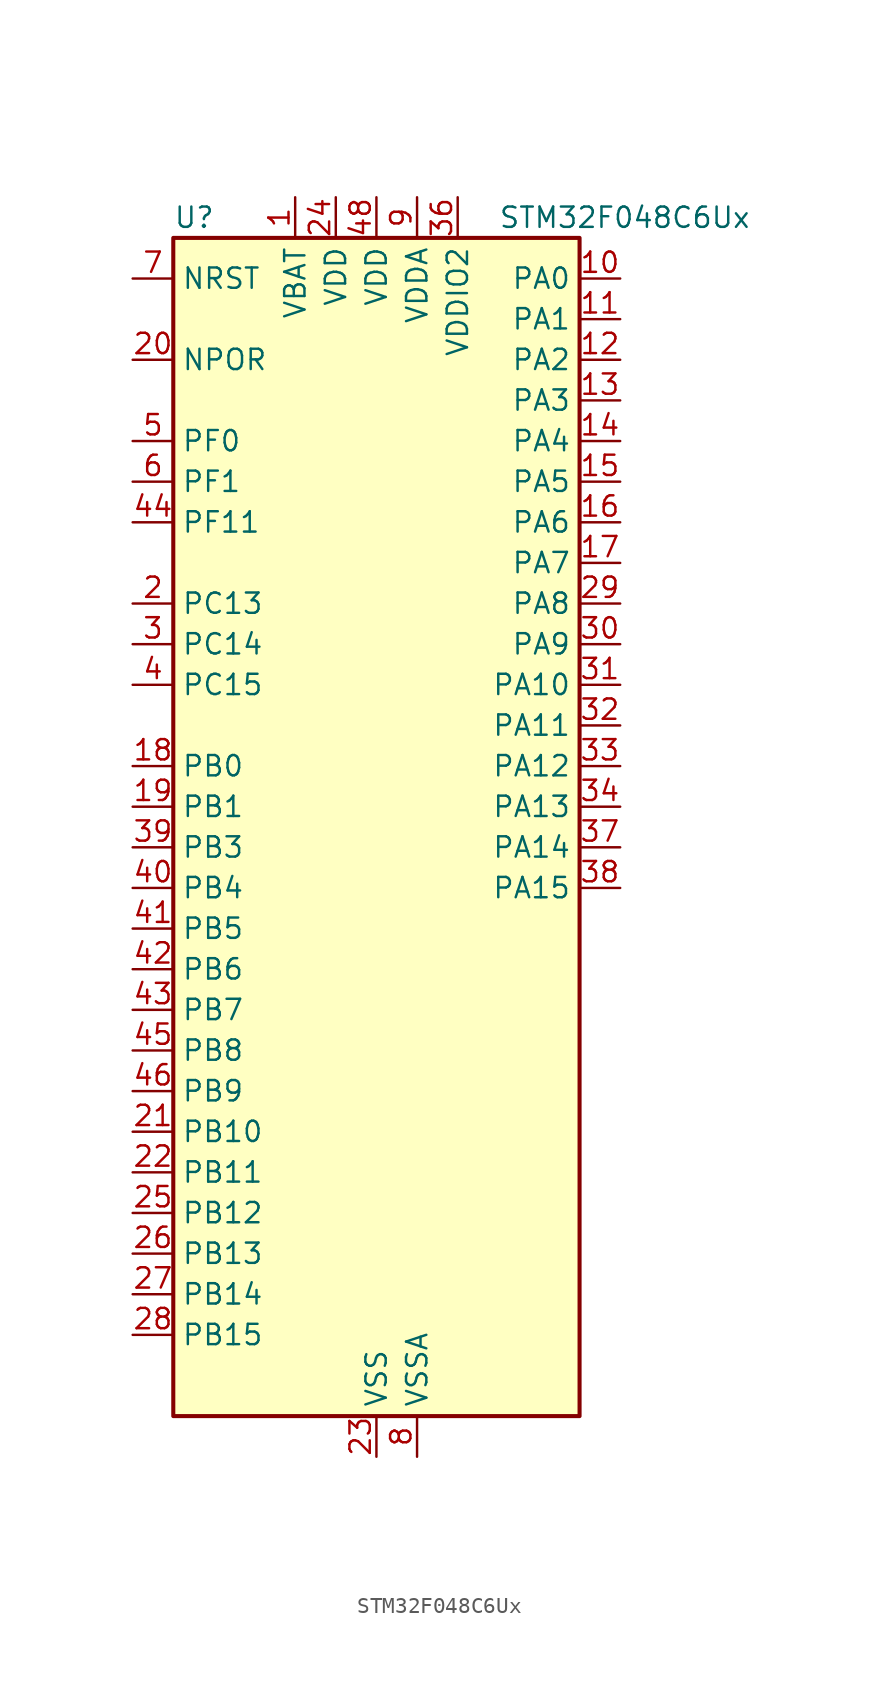
<source format=kicad_sym>
(kicad_symbol_lib
  (version 20220914)
  (generator kicad_symbol_editor)
  (symbol "STM32F048C6Ux"
    (property "Reference" "U"
      (at -12.7 39.37 0)
      (effects (font (size 1.27 1.27)) (justify left)))
    (property "Value" "STM32F048C6Ux"
      (at 7.62 39.37 0)
      (effects (font (size 1.27 1.27)) (justify left)))
    (property "ki_locked" ""
      (at 0 0 0)
      (effects (font (size 1.27 1.27))))
    (symbol "STM32F048C6Ux_0_1"
      (rectangle (start -12.7 -35.56) (end 12.7 38.1) (stroke (width 0.254) (type default)) (fill (type background))))
    (symbol "STM32F048C6Ux_1_1"
      (pin power_in line (at -5.08 40.64 270) (length 2.54) (name "VBAT" (effects (font (size 1.27 1.27)))) (number "1" (effects (font (size 1.27 1.27)))))
      (pin bidirectional line (at 15.24 35.56 180) (length 2.54) (name "PA0" (effects (font (size 1.27 1.27)))) (number "10" (effects (font (size 1.27 1.27)))) (alternate "ADC_IN0" bidirectional line) (alternate "RTC_TAMP2" bidirectional line) (alternate "SYS_WKUP1" bidirectional line) (alternate "TIM2_CH1" bidirectional line) (alternate "TIM2_ETR" bidirectional line) (alternate "TSC_G1_IO1" bidirectional line) (alternate "USART2_CTS" bidirectional line))
      (pin bidirectional line (at 15.24 33.02 180) (length 2.54) (name "PA1" (effects (font (size 1.27 1.27)))) (number "11" (effects (font (size 1.27 1.27)))) (alternate "ADC_IN1" bidirectional line) (alternate "TIM2_CH2" bidirectional line) (alternate "TSC_G1_IO2" bidirectional line) (alternate "USART2_DE" bidirectional line) (alternate "USART2_RTS" bidirectional line))
      (pin bidirectional line (at 15.24 30.48 180) (length 2.54) (name "PA2" (effects (font (size 1.27 1.27)))) (number "12" (effects (font (size 1.27 1.27)))) (alternate "ADC_IN2" bidirectional line) (alternate "SYS_WKUP4" bidirectional line) (alternate "TIM2_CH3" bidirectional line) (alternate "TSC_G1_IO3" bidirectional line) (alternate "USART2_TX" bidirectional line))
      (pin bidirectional line (at 15.24 27.94 180) (length 2.54) (name "PA3" (effects (font (size 1.27 1.27)))) (number "13" (effects (font (size 1.27 1.27)))) (alternate "ADC_IN3" bidirectional line) (alternate "TIM2_CH4" bidirectional line) (alternate "TSC_G1_IO4" bidirectional line) (alternate "USART2_RX" bidirectional line))
      (pin bidirectional line (at 15.24 25.4 180) (length 2.54) (name "PA4" (effects (font (size 1.27 1.27)))) (number "14" (effects (font (size 1.27 1.27)))) (alternate "ADC_IN4" bidirectional line) (alternate "I2S1_WS" bidirectional line) (alternate "SPI1_NSS" bidirectional line) (alternate "TIM14_CH1" bidirectional line) (alternate "TSC_G2_IO1" bidirectional line) (alternate "USART2_CK" bidirectional line) (alternate "USB_NOE" bidirectional line))
      (pin bidirectional line (at 15.24 22.86 180) (length 2.54) (name "PA5" (effects (font (size 1.27 1.27)))) (number "15" (effects (font (size 1.27 1.27)))) (alternate "ADC_IN5" bidirectional line) (alternate "CEC" bidirectional line) (alternate "I2S1_CK" bidirectional line) (alternate "SPI1_SCK" bidirectional line) (alternate "TIM2_CH1" bidirectional line) (alternate "TIM2_ETR" bidirectional line) (alternate "TSC_G2_IO2" bidirectional line))
      (pin bidirectional line (at 15.24 20.32 180) (length 2.54) (name "PA6" (effects (font (size 1.27 1.27)))) (number "16" (effects (font (size 1.27 1.27)))) (alternate "ADC_IN6" bidirectional line) (alternate "I2S1_MCK" bidirectional line) (alternate "SPI1_MISO" bidirectional line) (alternate "TIM16_CH1" bidirectional line) (alternate "TIM1_BKIN" bidirectional line) (alternate "TIM3_CH1" bidirectional line) (alternate "TSC_G2_IO3" bidirectional line))
      (pin bidirectional line (at 15.24 17.78 180) (length 2.54) (name "PA7" (effects (font (size 1.27 1.27)))) (number "17" (effects (font (size 1.27 1.27)))) (alternate "ADC_IN7" bidirectional line) (alternate "I2S1_SD" bidirectional line) (alternate "SPI1_MOSI" bidirectional line) (alternate "TIM14_CH1" bidirectional line) (alternate "TIM17_CH1" bidirectional line) (alternate "TIM1_CH1N" bidirectional line) (alternate "TIM3_CH2" bidirectional line) (alternate "TSC_G2_IO4" bidirectional line))
      (pin bidirectional line (at -15.24 5.08 0) (length 2.54) (name "PB0" (effects (font (size 1.27 1.27)))) (number "18" (effects (font (size 1.27 1.27)))) (alternate "ADC_IN8" bidirectional line) (alternate "TIM1_CH2N" bidirectional line) (alternate "TIM3_CH3" bidirectional line) (alternate "TSC_G3_IO2" bidirectional line))
      (pin bidirectional line (at -15.24 2.54 0) (length 2.54) (name "PB1" (effects (font (size 1.27 1.27)))) (number "19" (effects (font (size 1.27 1.27)))) (alternate "ADC_IN9" bidirectional line) (alternate "TIM14_CH1" bidirectional line) (alternate "TIM1_CH3N" bidirectional line) (alternate "TIM3_CH4" bidirectional line) (alternate "TSC_G3_IO3" bidirectional line))
      (pin bidirectional line (at -15.24 15.24 0) (length 2.54) (name "PC13" (effects (font (size 1.27 1.27)))) (number "2" (effects (font (size 1.27 1.27)))) (alternate "RTC_OUT_ALARM" bidirectional line) (alternate "RTC_OUT_CALIB" bidirectional line) (alternate "RTC_TAMP1" bidirectional line) (alternate "RTC_TS" bidirectional line) (alternate "SYS_WKUP2" bidirectional line))
      (pin input line (at -15.24 30.48 0) (length 2.54) (name "NPOR" (effects (font (size 1.27 1.27)))) (number "20" (effects (font (size 1.27 1.27)))))
      (pin bidirectional line (at -15.24 -17.78 0) (length 2.54) (name "PB10" (effects (font (size 1.27 1.27)))) (number "21" (effects (font (size 1.27 1.27)))) (alternate "CEC" bidirectional line) (alternate "I2C1_SCL" bidirectional line) (alternate "SPI2_SCK" bidirectional line) (alternate "TIM2_CH3" bidirectional line) (alternate "TSC_SYNC" bidirectional line))
      (pin bidirectional line (at -15.24 -20.32 0) (length 2.54) (name "PB11" (effects (font (size 1.27 1.27)))) (number "22" (effects (font (size 1.27 1.27)))) (alternate "I2C1_SDA" bidirectional line) (alternate "TIM2_CH4" bidirectional line))
      (pin power_in line (at 0 -38.1 90) (length 2.54) (name "VSS" (effects (font (size 1.27 1.27)))) (number "23" (effects (font (size 1.27 1.27)))))
      (pin power_in line (at -2.54 40.64 270) (length 2.54) (name "VDD" (effects (font (size 1.27 1.27)))) (number "24" (effects (font (size 1.27 1.27)))))
      (pin bidirectional line (at -15.24 -22.86 0) (length 2.54) (name "PB12" (effects (font (size 1.27 1.27)))) (number "25" (effects (font (size 1.27 1.27)))) (alternate "SPI2_NSS" bidirectional line) (alternate "TIM1_BKIN" bidirectional line))
      (pin bidirectional line (at -15.24 -25.4 0) (length 2.54) (name "PB13" (effects (font (size 1.27 1.27)))) (number "26" (effects (font (size 1.27 1.27)))) (alternate "I2C1_SCL" bidirectional line) (alternate "SPI2_SCK" bidirectional line) (alternate "TIM1_CH1N" bidirectional line))
      (pin bidirectional line (at -15.24 -27.94 0) (length 2.54) (name "PB14" (effects (font (size 1.27 1.27)))) (number "27" (effects (font (size 1.27 1.27)))) (alternate "I2C1_SDA" bidirectional line) (alternate "SPI2_MISO" bidirectional line) (alternate "TIM1_CH2N" bidirectional line))
      (pin bidirectional line (at -15.24 -30.48 0) (length 2.54) (name "PB15" (effects (font (size 1.27 1.27)))) (number "28" (effects (font (size 1.27 1.27)))) (alternate "RTC_REFIN" bidirectional line) (alternate "SPI2_MOSI" bidirectional line) (alternate "SYS_WKUP7" bidirectional line) (alternate "TIM1_CH3N" bidirectional line))
      (pin bidirectional line (at 15.24 15.24 180) (length 2.54) (name "PA8" (effects (font (size 1.27 1.27)))) (number "29" (effects (font (size 1.27 1.27)))) (alternate "CRS_SYNC" bidirectional line) (alternate "RCC_MCO" bidirectional line) (alternate "TIM1_CH1" bidirectional line) (alternate "USART1_CK" bidirectional line))
      (pin bidirectional line (at -15.24 12.7 0) (length 2.54) (name "PC14" (effects (font (size 1.27 1.27)))) (number "3" (effects (font (size 1.27 1.27)))) (alternate "RCC_OSC32_IN" bidirectional line))
      (pin bidirectional line (at 15.24 12.7 180) (length 2.54) (name "PA9" (effects (font (size 1.27 1.27)))) (number "30" (effects (font (size 1.27 1.27)))) (alternate "I2C1_SCL" bidirectional line) (alternate "TIM1_CH2" bidirectional line) (alternate "TSC_G4_IO1" bidirectional line) (alternate "USART1_TX" bidirectional line))
      (pin bidirectional line (at 15.24 10.16 180) (length 2.54) (name "PA10" (effects (font (size 1.27 1.27)))) (number "31" (effects (font (size 1.27 1.27)))) (alternate "I2C1_SDA" bidirectional line) (alternate "TIM17_BKIN" bidirectional line) (alternate "TIM1_CH3" bidirectional line) (alternate "TSC_G4_IO2" bidirectional line) (alternate "USART1_RX" bidirectional line))
      (pin bidirectional line (at 15.24 7.62 180) (length 2.54) (name "PA11" (effects (font (size 1.27 1.27)))) (number "32" (effects (font (size 1.27 1.27)))) (alternate "I2C1_SCL" bidirectional line) (alternate "TIM1_CH4" bidirectional line) (alternate "TSC_G4_IO3" bidirectional line) (alternate "USART1_CTS" bidirectional line) (alternate "USB_DM" bidirectional line))
      (pin bidirectional line (at 15.24 5.08 180) (length 2.54) (name "PA12" (effects (font (size 1.27 1.27)))) (number "33" (effects (font (size 1.27 1.27)))) (alternate "I2C1_SDA" bidirectional line) (alternate "TIM1_ETR" bidirectional line) (alternate "TSC_G4_IO4" bidirectional line) (alternate "USART1_DE" bidirectional line) (alternate "USART1_RTS" bidirectional line) (alternate "USB_DP" bidirectional line))
      (pin bidirectional line (at 15.24 2.54 180) (length 2.54) (name "PA13" (effects (font (size 1.27 1.27)))) (number "34" (effects (font (size 1.27 1.27)))) (alternate "IR_OUT" bidirectional line) (alternate "SYS_SWDIO" bidirectional line) (alternate "USB_NOE" bidirectional line))
      (pin passive line (at 0 -38.1 90) (length 2.54) hide (name "VSS" (effects (font (size 1.27 1.27)))) (number "35" (effects (font (size 1.27 1.27)))))
      (pin power_in line (at 5.08 40.64 270) (length 2.54) (name "VDDIO2" (effects (font (size 1.27 1.27)))) (number "36" (effects (font (size 1.27 1.27)))))
      (pin bidirectional line (at 15.24 0 180) (length 2.54) (name "PA14" (effects (font (size 1.27 1.27)))) (number "37" (effects (font (size 1.27 1.27)))) (alternate "SYS_SWCLK" bidirectional line) (alternate "USART2_TX" bidirectional line))
      (pin bidirectional line (at 15.24 -2.54 180) (length 2.54) (name "PA15" (effects (font (size 1.27 1.27)))) (number "38" (effects (font (size 1.27 1.27)))) (alternate "I2S1_WS" bidirectional line) (alternate "SPI1_NSS" bidirectional line) (alternate "TIM2_CH1" bidirectional line) (alternate "TIM2_ETR" bidirectional line) (alternate "USART2_RX" bidirectional line) (alternate "USB_NOE" bidirectional line))
      (pin bidirectional line (at -15.24 0 0) (length 2.54) (name "PB3" (effects (font (size 1.27 1.27)))) (number "39" (effects (font (size 1.27 1.27)))) (alternate "I2S1_CK" bidirectional line) (alternate "SPI1_SCK" bidirectional line) (alternate "TIM2_CH2" bidirectional line) (alternate "TSC_G5_IO1" bidirectional line))
      (pin bidirectional line (at -15.24 10.16 0) (length 2.54) (name "PC15" (effects (font (size 1.27 1.27)))) (number "4" (effects (font (size 1.27 1.27)))) (alternate "RCC_OSC32_OUT" bidirectional line))
      (pin bidirectional line (at -15.24 -2.54 0) (length 2.54) (name "PB4" (effects (font (size 1.27 1.27)))) (number "40" (effects (font (size 1.27 1.27)))) (alternate "I2S1_MCK" bidirectional line) (alternate "SPI1_MISO" bidirectional line) (alternate "TIM17_BKIN" bidirectional line) (alternate "TIM3_CH1" bidirectional line) (alternate "TSC_G5_IO2" bidirectional line))
      (pin bidirectional line (at -15.24 -5.08 0) (length 2.54) (name "PB5" (effects (font (size 1.27 1.27)))) (number "41" (effects (font (size 1.27 1.27)))) (alternate "I2C1_SMBA" bidirectional line) (alternate "I2S1_SD" bidirectional line) (alternate "SPI1_MOSI" bidirectional line) (alternate "SYS_WKUP6" bidirectional line) (alternate "TIM16_BKIN" bidirectional line) (alternate "TIM3_CH2" bidirectional line))
      (pin bidirectional line (at -15.24 -7.62 0) (length 2.54) (name "PB6" (effects (font (size 1.27 1.27)))) (number "42" (effects (font (size 1.27 1.27)))) (alternate "I2C1_SCL" bidirectional line) (alternate "TIM16_CH1N" bidirectional line) (alternate "TSC_G5_IO3" bidirectional line) (alternate "USART1_TX" bidirectional line))
      (pin bidirectional line (at -15.24 -10.16 0) (length 2.54) (name "PB7" (effects (font (size 1.27 1.27)))) (number "43" (effects (font (size 1.27 1.27)))) (alternate "I2C1_SDA" bidirectional line) (alternate "TIM17_CH1N" bidirectional line) (alternate "TSC_G5_IO4" bidirectional line) (alternate "USART1_RX" bidirectional line))
      (pin bidirectional line (at -15.24 20.32 0) (length 2.54) (name "PF11" (effects (font (size 1.27 1.27)))) (number "44" (effects (font (size 1.27 1.27)))))
      (pin bidirectional line (at -15.24 -12.7 0) (length 2.54) (name "PB8" (effects (font (size 1.27 1.27)))) (number "45" (effects (font (size 1.27 1.27)))) (alternate "CEC" bidirectional line) (alternate "I2C1_SCL" bidirectional line) (alternate "TIM16_CH1" bidirectional line) (alternate "TSC_SYNC" bidirectional line))
      (pin bidirectional line (at -15.24 -15.24 0) (length 2.54) (name "PB9" (effects (font (size 1.27 1.27)))) (number "46" (effects (font (size 1.27 1.27)))) (alternate "I2C1_SDA" bidirectional line) (alternate "IR_OUT" bidirectional line) (alternate "SPI2_NSS" bidirectional line) (alternate "TIM17_CH1" bidirectional line))
      (pin passive line (at 0 -38.1 90) (length 2.54) hide (name "VSS" (effects (font (size 1.27 1.27)))) (number "47" (effects (font (size 1.27 1.27)))))
      (pin power_in line (at 0 40.64 270) (length 2.54) (name "VDD" (effects (font (size 1.27 1.27)))) (number "48" (effects (font (size 1.27 1.27)))))
      (pin passive line (at 0 -38.1 90) (length 2.54) hide (name "VSS" (effects (font (size 1.27 1.27)))) (number "49" (effects (font (size 1.27 1.27)))))
      (pin bidirectional line (at -15.24 25.4 0) (length 2.54) (name "PF0" (effects (font (size 1.27 1.27)))) (number "5" (effects (font (size 1.27 1.27)))) (alternate "CRS_SYNC" bidirectional line) (alternate "I2C1_SDA" bidirectional line) (alternate "RCC_OSC_IN" bidirectional line))
      (pin bidirectional line (at -15.24 22.86 0) (length 2.54) (name "PF1" (effects (font (size 1.27 1.27)))) (number "6" (effects (font (size 1.27 1.27)))) (alternate "I2C1_SCL" bidirectional line) (alternate "RCC_OSC_OUT" bidirectional line))
      (pin input line (at -15.24 35.56 0) (length 2.54) (name "NRST" (effects (font (size 1.27 1.27)))) (number "7" (effects (font (size 1.27 1.27)))))
      (pin power_in line (at 2.54 -38.1 90) (length 2.54) (name "VSSA" (effects (font (size 1.27 1.27)))) (number "8" (effects (font (size 1.27 1.27)))))
      (pin power_in line (at 2.54 40.64 270) (length 2.54) (name "VDDA" (effects (font (size 1.27 1.27)))) (number "9" (effects (font (size 1.27 1.27))))))))
</source>
